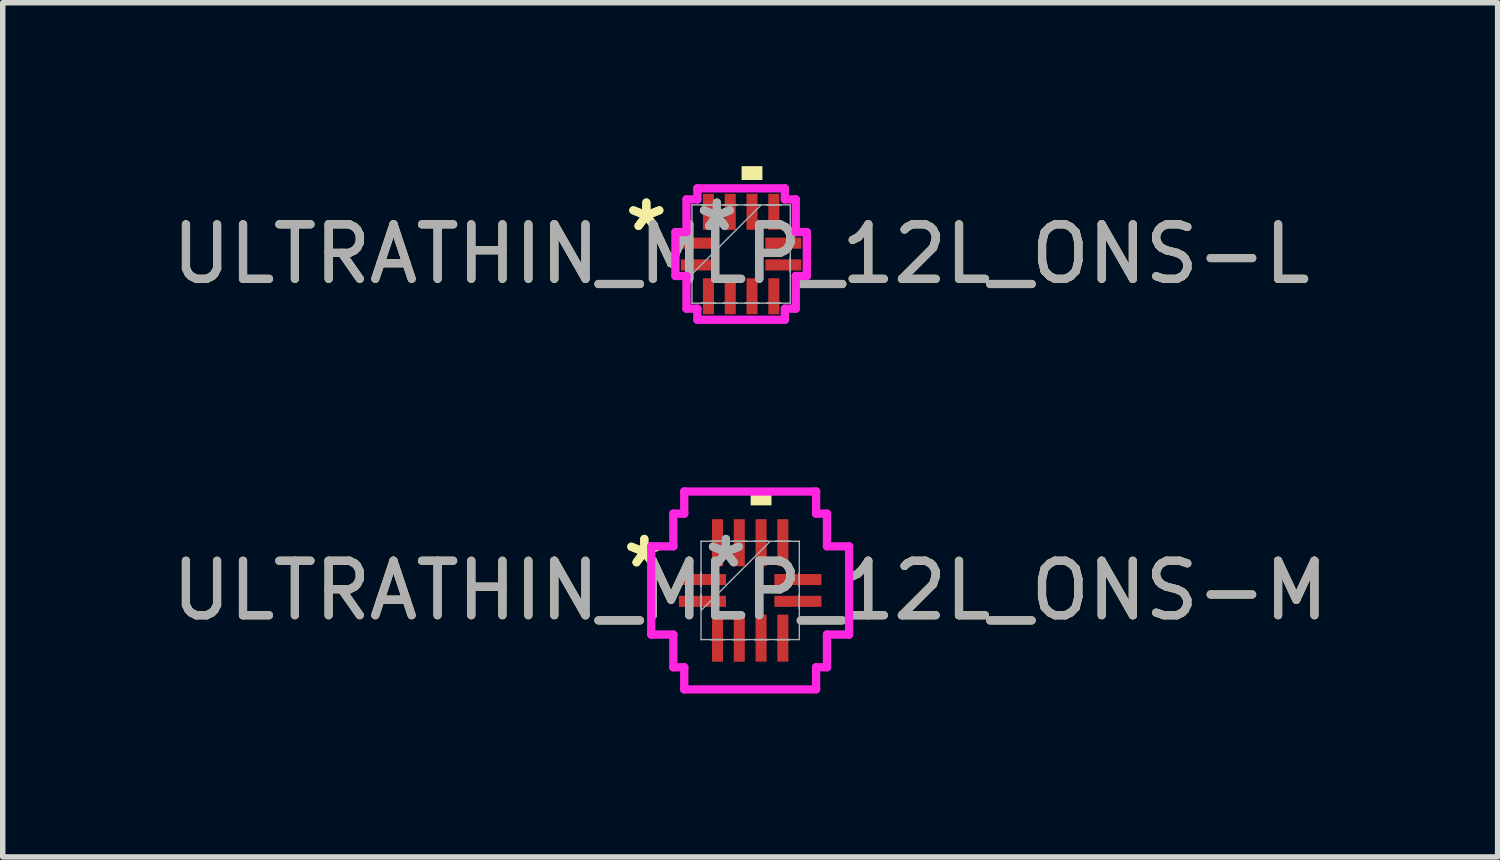
<source format=kicad_pcb>
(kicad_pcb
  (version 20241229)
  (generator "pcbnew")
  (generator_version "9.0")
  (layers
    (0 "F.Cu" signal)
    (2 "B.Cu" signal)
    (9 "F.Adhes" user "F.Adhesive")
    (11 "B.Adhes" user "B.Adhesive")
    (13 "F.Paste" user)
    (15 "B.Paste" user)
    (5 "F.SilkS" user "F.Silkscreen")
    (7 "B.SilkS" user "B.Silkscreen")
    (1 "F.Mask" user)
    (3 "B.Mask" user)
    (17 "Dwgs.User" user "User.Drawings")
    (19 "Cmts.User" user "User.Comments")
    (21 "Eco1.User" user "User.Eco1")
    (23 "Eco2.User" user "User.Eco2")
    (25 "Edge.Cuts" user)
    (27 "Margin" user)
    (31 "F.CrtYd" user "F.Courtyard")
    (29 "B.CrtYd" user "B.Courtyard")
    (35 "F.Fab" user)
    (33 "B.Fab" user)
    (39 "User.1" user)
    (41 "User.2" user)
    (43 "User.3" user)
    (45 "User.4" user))
  (footprint "ULTRATHIN_MLP_12L_ONS-L"
    (layer "F.Cu")
    (at 10.554 1.613)
    (property "Reference" "ULTRATHIN_MLP_12L_ONS-L" (at 0 0 0) (unlocked yes) (layer "F.SilkS") (effects (font (size 1 1) (thickness 0.15))))
    (attr smd)
    (fp_poly (pts (xy 0.009 -1.359) (xy 0.009 -1.613) (xy 0.391 -1.613) (xy 0.391 -1.359)) (stroke (width 0) (type solid)) (fill yes) (layer "F.SilkS"))
    (fp_line (start -1.206 -0.403) (end -1.003 -0.403) (stroke (width 0.152) (type solid)) (layer "F.CrtYd"))
    (fp_line (start -1.206 0.403) (end -1.206 -0.403) (stroke (width 0.152) (type solid)) (layer "F.CrtYd"))
    (fp_line (start -1.003 -1.003) (end -0.803 -1.003) (stroke (width 0.152) (type solid)) (layer "F.CrtYd"))
    (fp_line (start -1.003 -0.403) (end -1.003 -1.003) (stroke (width 0.152) (type solid)) (layer "F.CrtYd"))
    (fp_line (start -1.003 0.403) (end -1.206 0.403) (stroke (width 0.152) (type solid)) (layer "F.CrtYd"))
    (fp_line (start -1.003 1.003) (end -1.003 0.403) (stroke (width 0.152) (type solid)) (layer "F.CrtYd"))
    (fp_line (start -0.803 -1.206) (end 0.803 -1.206) (stroke (width 0.152) (type solid)) (layer "F.CrtYd"))
    (fp_line (start -0.803 -1.003) (end -0.803 -1.206) (stroke (width 0.152) (type solid)) (layer "F.CrtYd"))
    (fp_line (start -0.803 1.003) (end -1.003 1.003) (stroke (width 0.152) (type solid)) (layer "F.CrtYd"))
    (fp_line (start -0.803 1.206) (end -0.803 1.003) (stroke (width 0.152) (type solid)) (layer "F.CrtYd"))
    (fp_line (start 0.803 -1.206) (end 0.803 -1.003) (stroke (width 0.152) (type solid)) (layer "F.CrtYd"))
    (fp_line (start 0.803 -1.003) (end 1.003 -1.003) (stroke (width 0.152) (type solid)) (layer "F.CrtYd"))
    (fp_line (start 0.803 1.003) (end 0.803 1.206) (stroke (width 0.152) (type solid)) (layer "F.CrtYd"))
    (fp_line (start 0.803 1.206) (end -0.803 1.206) (stroke (width 0.152) (type solid)) (layer "F.CrtYd"))
    (fp_line (start 1.003 -1.003) (end 1.003 -0.403) (stroke (width 0.152) (type solid)) (layer "F.CrtYd"))
    (fp_line (start 1.003 -0.403) (end 1.206 -0.403) (stroke (width 0.152) (type solid)) (layer "F.CrtYd"))
    (fp_line (start 1.003 0.403) (end 1.003 1.003) (stroke (width 0.152) (type solid)) (layer "F.CrtYd"))
    (fp_line (start 1.003 1.003) (end 0.803 1.003) (stroke (width 0.152) (type solid)) (layer "F.CrtYd"))
    (fp_line (start 1.206 -0.403) (end 1.206 0.403) (stroke (width 0.152) (type solid)) (layer "F.CrtYd"))
    (fp_line (start 1.206 0.403) (end 1.003 0.403) (stroke (width 0.152) (type solid)) (layer "F.CrtYd"))
    (fp_line (start -0.902 -0.902) (end -0.902 -0.902) (stroke (width 0.025) (type solid)) (layer "F.Fab"))
    (fp_line (start -0.902 -0.902) (end -0.902 0.902) (stroke (width 0.025) (type solid)) (layer "F.Fab"))
    (fp_line (start -0.902 -0.327) (end -0.902 -0.327) (stroke (width 0.025) (type solid)) (layer "F.Fab"))
    (fp_line (start -0.902 -0.327) (end -0.902 -0.073) (stroke (width 0.025) (type solid)) (layer "F.Fab"))
    (fp_line (start -0.902 -0.073) (end -0.902 -0.327) (stroke (width 0.025) (type solid)) (layer "F.Fab"))
    (fp_line (start -0.902 -0.073) (end -0.902 -0.073) (stroke (width 0.025) (type solid)) (layer "F.Fab"))
    (fp_line (start -0.902 0.073) (end -0.902 0.073) (stroke (width 0.025) (type solid)) (layer "F.Fab"))
    (fp_line (start -0.902 0.073) (end -0.902 0.327) (stroke (width 0.025) (type solid)) (layer "F.Fab"))
    (fp_line (start -0.902 0.327) (end -0.902 0.073) (stroke (width 0.025) (type solid)) (layer "F.Fab"))
    (fp_line (start -0.902 0.327) (end -0.902 0.327) (stroke (width 0.025) (type solid)) (layer "F.Fab"))
    (fp_line (start -0.902 0.368) (end 0.368 -0.902) (stroke (width 0.025) (type solid)) (layer "F.Fab"))
    (fp_line (start -0.902 0.902) (end -0.902 0.902) (stroke (width 0.025) (type solid)) (layer "F.Fab"))
    (fp_line (start -0.902 0.902) (end 0.902 0.902) (stroke (width 0.025) (type solid)) (layer "F.Fab"))
    (fp_line (start -0.727 -0.902) (end -0.727 -0.902) (stroke (width 0.025) (type solid)) (layer "F.Fab"))
    (fp_line (start -0.727 -0.902) (end -0.473 -0.902) (stroke (width 0.025) (type solid)) (layer "F.Fab"))
    (fp_line (start -0.727 0.902) (end -0.727 0.902) (stroke (width 0.025) (type solid)) (layer "F.Fab"))
    (fp_line (start -0.727 0.902) (end -0.473 0.902) (stroke (width 0.025) (type solid)) (layer "F.Fab"))
    (fp_line (start -0.473 -0.902) (end -0.727 -0.902) (stroke (width 0.025) (type solid)) (layer "F.Fab"))
    (fp_line (start -0.473 -0.902) (end -0.473 -0.902) (stroke (width 0.025) (type solid)) (layer "F.Fab"))
    (fp_line (start -0.473 0.902) (end -0.727 0.902) (stroke (width 0.025) (type solid)) (layer "F.Fab"))
    (fp_line (start -0.473 0.902) (end -0.473 0.902) (stroke (width 0.025) (type solid)) (layer "F.Fab"))
    (fp_line (start -0.327 -0.902) (end -0.327 -0.902) (stroke (width 0.025) (type solid)) (layer "F.Fab"))
    (fp_line (start -0.327 -0.902) (end -0.073 -0.902) (stroke (width 0.025) (type solid)) (layer "F.Fab"))
    (fp_line (start -0.327 0.902) (end -0.327 0.902) (stroke (width 0.025) (type solid)) (layer "F.Fab"))
    (fp_line (start -0.327 0.902) (end -0.073 0.902) (stroke (width 0.025) (type solid)) (layer "F.Fab"))
    (fp_line (start -0.073 -0.902) (end -0.327 -0.902) (stroke (width 0.025) (type solid)) (layer "F.Fab"))
    (fp_line (start -0.073 -0.902) (end -0.073 -0.902) (stroke (width 0.025) (type solid)) (layer "F.Fab"))
    (fp_line (start -0.073 0.902) (end -0.327 0.902) (stroke (width 0.025) (type solid)) (layer "F.Fab"))
    (fp_line (start -0.073 0.902) (end -0.073 0.902) (stroke (width 0.025) (type solid)) (layer "F.Fab"))
    (fp_line (start 0.073 -0.902) (end 0.073 -0.902) (stroke (width 0.025) (type solid)) (layer "F.Fab"))
    (fp_line (start 0.073 -0.902) (end 0.327 -0.902) (stroke (width 0.025) (type solid)) (layer "F.Fab"))
    (fp_line (start 0.073 0.902) (end 0.073 0.902) (stroke (width 0.025) (type solid)) (layer "F.Fab"))
    (fp_line (start 0.073 0.902) (end 0.327 0.902) (stroke (width 0.025) (type solid)) (layer "F.Fab"))
    (fp_line (start 0.327 -0.902) (end 0.073 -0.902) (stroke (width 0.025) (type solid)) (layer "F.Fab"))
    (fp_line (start 0.327 -0.902) (end 0.327 -0.902) (stroke (width 0.025) (type solid)) (layer "F.Fab"))
    (fp_line (start 0.327 0.902) (end 0.073 0.902) (stroke (width 0.025) (type solid)) (layer "F.Fab"))
    (fp_line (start 0.327 0.902) (end 0.327 0.902) (stroke (width 0.025) (type solid)) (layer "F.Fab"))
    (fp_line (start 0.473 -0.902) (end 0.473 -0.902) (stroke (width 0.025) (type solid)) (layer "F.Fab"))
    (fp_line (start 0.473 -0.902) (end 0.727 -0.902) (stroke (width 0.025) (type solid)) (layer "F.Fab"))
    (fp_line (start 0.473 0.902) (end 0.473 0.902) (stroke (width 0.025) (type solid)) (layer "F.Fab"))
    (fp_line (start 0.473 0.902) (end 0.727 0.902) (stroke (width 0.025) (type solid)) (layer "F.Fab"))
    (fp_line (start 0.727 -0.902) (end 0.473 -0.902) (stroke (width 0.025) (type solid)) (layer "F.Fab"))
    (fp_line (start 0.727 -0.902) (end 0.727 -0.902) (stroke (width 0.025) (type solid)) (layer "F.Fab"))
    (fp_line (start 0.727 0.902) (end 0.473 0.902) (stroke (width 0.025) (type solid)) (layer "F.Fab"))
    (fp_line (start 0.727 0.902) (end 0.727 0.902) (stroke (width 0.025) (type solid)) (layer "F.Fab"))
    (fp_line (start 0.902 -0.902) (end -0.902 -0.902) (stroke (width 0.025) (type solid)) (layer "F.Fab"))
    (fp_line (start 0.902 -0.902) (end 0.902 -0.902) (stroke (width 0.025) (type solid)) (layer "F.Fab"))
    (fp_line (start 0.902 -0.327) (end 0.902 -0.327) (stroke (width 0.025) (type solid)) (layer "F.Fab"))
    (fp_line (start 0.902 -0.327) (end 0.902 -0.073) (stroke (width 0.025) (type solid)) (layer "F.Fab"))
    (fp_line (start 0.902 -0.073) (end 0.902 -0.327) (stroke (width 0.025) (type solid)) (layer "F.Fab"))
    (fp_line (start 0.902 -0.073) (end 0.902 -0.073) (stroke (width 0.025) (type solid)) (layer "F.Fab"))
    (fp_line (start 0.902 0.073) (end 0.902 0.073) (stroke (width 0.025) (type solid)) (layer "F.Fab"))
    (fp_line (start 0.902 0.073) (end 0.902 0.327) (stroke (width 0.025) (type solid)) (layer "F.Fab"))
    (fp_line (start 0.902 0.327) (end 0.902 0.073) (stroke (width 0.025) (type solid)) (layer "F.Fab"))
    (fp_line (start 0.902 0.327) (end 0.902 0.327) (stroke (width 0.025) (type solid)) (layer "F.Fab"))
    (fp_line (start 0.902 0.902) (end 0.902 -0.902) (stroke (width 0.025) (type solid)) (layer "F.Fab"))
    (fp_line (start 0.902 0.902) (end 0.902 0.902) (stroke (width 0.025) (type solid)) (layer "F.Fab"))
    (fp_text user "*" (at -1.74 -0.4 0) (layer "F.SilkS") (effects (font (size 1 1) (thickness 0.15))))
    (fp_text user "*" (at -1.74 -0.4 0) (unlocked yes) (layer "F.SilkS") (effects (font (size 1 1) (thickness 0.15))))
    (fp_text user "*" (at -0.445 -0.4 0) (unlocked yes) (layer "F.Fab") (effects (font (size 1 1) (thickness 0.15))))
    (fp_text user "*" (at -0.445 -0.4 0) (layer "F.Fab") (effects (font (size 1 1) (thickness 0.15))))
    (fp_text user "${REFERENCE}" (at 0 0 0) (unlocked yes) (layer "F.Fab") (effects (font (size 1 1) (thickness 0.15))))
    (pad "1" smd rect (at -0.775 -0.2 90) (size 0.203 0.66) (layers "F.Cu" "F.Mask" "F.Paste"))
    (pad "2" smd rect (at -0.775 0.2 90) (size 0.203 0.66) (layers "F.Cu" "F.Mask" "F.Paste"))
    (pad "3" smd rect (at -0.6 0.775) (size 0.203 0.66) (layers "F.Cu" "F.Mask" "F.Paste"))
    (pad "4" smd rect (at -0.2 0.775) (size 0.203 0.66) (layers "F.Cu" "F.Mask" "F.Paste"))
    (pad "5" smd rect (at 0.2 0.775) (size 0.203 0.66) (layers "F.Cu" "F.Mask" "F.Paste"))
    (pad "6" smd rect (at 0.6 0.775) (size 0.203 0.66) (layers "F.Cu" "F.Mask" "F.Paste"))
    (pad "7" smd rect (at 0.775 0.2 90) (size 0.203 0.66) (layers "F.Cu" "F.Mask" "F.Paste"))
    (pad "8" smd rect (at 0.775 -0.2 90) (size 0.203 0.66) (layers "F.Cu" "F.Mask" "F.Paste"))
    (pad "9" smd rect (at 0.6 -0.775) (size 0.203 0.66) (layers "F.Cu" "F.Mask" "F.Paste"))
    (pad "10" smd rect (at 0.2 -0.775) (size 0.203 0.66) (layers "F.Cu" "F.Mask" "F.Paste"))
    (pad "11" smd rect (at -0.2 -0.775) (size 0.203 0.66) (layers "F.Cu" "F.Mask" "F.Paste"))
    (pad "12" smd rect (at -0.6 -0.775) (size 0.203 0.66) (layers "F.Cu" "F.Mask" "F.Paste")))
  (footprint "ULTRATHIN_MLP_12L_ONS-M"
    (layer "F.Cu")
    (at 10.72 7.788)
    (property "Reference" "ULTRATHIN_MLP_12L_ONS-M" (at 0 0 0) (unlocked yes) (layer "F.SilkS") (effects (font (size 1 1) (thickness 0.15))))
    (attr smd)
    (fp_poly (pts (xy 0.009 -1.562) (xy 0.009 -1.816) (xy 0.391 -1.816) (xy 0.391 -1.562)) (stroke (width 0) (type solid)) (fill yes) (layer "F.SilkS"))
    (fp_line (start -1.816 -0.81) (end -1.41 -0.81) (stroke (width 0.152) (type solid)) (layer "F.CrtYd"))
    (fp_line (start -1.816 0.81) (end -1.816 -0.81) (stroke (width 0.152) (type solid)) (layer "F.CrtYd"))
    (fp_line (start -1.41 -1.41) (end -1.21 -1.41) (stroke (width 0.152) (type solid)) (layer "F.CrtYd"))
    (fp_line (start -1.41 -0.81) (end -1.41 -1.41) (stroke (width 0.152) (type solid)) (layer "F.CrtYd"))
    (fp_line (start -1.41 0.81) (end -1.816 0.81) (stroke (width 0.152) (type solid)) (layer "F.CrtYd"))
    (fp_line (start -1.41 1.41) (end -1.41 0.81) (stroke (width 0.152) (type solid)) (layer "F.CrtYd"))
    (fp_line (start -1.21 -1.816) (end 1.21 -1.816) (stroke (width 0.152) (type solid)) (layer "F.CrtYd"))
    (fp_line (start -1.21 -1.41) (end -1.21 -1.816) (stroke (width 0.152) (type solid)) (layer "F.CrtYd"))
    (fp_line (start -1.21 1.41) (end -1.41 1.41) (stroke (width 0.152) (type solid)) (layer "F.CrtYd"))
    (fp_line (start -1.21 1.816) (end -1.21 1.41) (stroke (width 0.152) (type solid)) (layer "F.CrtYd"))
    (fp_line (start 1.21 -1.816) (end 1.21 -1.41) (stroke (width 0.152) (type solid)) (layer "F.CrtYd"))
    (fp_line (start 1.21 -1.41) (end 1.41 -1.41) (stroke (width 0.152) (type solid)) (layer "F.CrtYd"))
    (fp_line (start 1.21 1.41) (end 1.21 1.816) (stroke (width 0.152) (type solid)) (layer "F.CrtYd"))
    (fp_line (start 1.21 1.816) (end -1.21 1.816) (stroke (width 0.152) (type solid)) (layer "F.CrtYd"))
    (fp_line (start 1.41 -1.41) (end 1.41 -0.81) (stroke (width 0.152) (type solid)) (layer "F.CrtYd"))
    (fp_line (start 1.41 -0.81) (end 1.816 -0.81) (stroke (width 0.152) (type solid)) (layer "F.CrtYd"))
    (fp_line (start 1.41 0.81) (end 1.41 1.41) (stroke (width 0.152) (type solid)) (layer "F.CrtYd"))
    (fp_line (start 1.41 1.41) (end 1.21 1.41) (stroke (width 0.152) (type solid)) (layer "F.CrtYd"))
    (fp_line (start 1.816 -0.81) (end 1.816 0.81) (stroke (width 0.152) (type solid)) (layer "F.CrtYd"))
    (fp_line (start 1.816 0.81) (end 1.41 0.81) (stroke (width 0.152) (type solid)) (layer "F.CrtYd"))
    (fp_line (start -0.902 -0.902) (end -0.902 -0.902) (stroke (width 0.025) (type solid)) (layer "F.Fab"))
    (fp_line (start -0.902 -0.902) (end -0.902 0.902) (stroke (width 0.025) (type solid)) (layer "F.Fab"))
    (fp_line (start -0.902 -0.327) (end -0.902 -0.327) (stroke (width 0.025) (type solid)) (layer "F.Fab"))
    (fp_line (start -0.902 -0.327) (end -0.902 -0.073) (stroke (width 0.025) (type solid)) (layer "F.Fab"))
    (fp_line (start -0.902 -0.073) (end -0.902 -0.327) (stroke (width 0.025) (type solid)) (layer "F.Fab"))
    (fp_line (start -0.902 -0.073) (end -0.902 -0.073) (stroke (width 0.025) (type solid)) (layer "F.Fab"))
    (fp_line (start -0.902 0.073) (end -0.902 0.073) (stroke (width 0.025) (type solid)) (layer "F.Fab"))
    (fp_line (start -0.902 0.073) (end -0.902 0.327) (stroke (width 0.025) (type solid)) (layer "F.Fab"))
    (fp_line (start -0.902 0.327) (end -0.902 0.073) (stroke (width 0.025) (type solid)) (layer "F.Fab"))
    (fp_line (start -0.902 0.327) (end -0.902 0.327) (stroke (width 0.025) (type solid)) (layer "F.Fab"))
    (fp_line (start -0.902 0.368) (end 0.368 -0.902) (stroke (width 0.025) (type solid)) (layer "F.Fab"))
    (fp_line (start -0.902 0.902) (end -0.902 0.902) (stroke (width 0.025) (type solid)) (layer "F.Fab"))
    (fp_line (start -0.902 0.902) (end 0.902 0.902) (stroke (width 0.025) (type solid)) (layer "F.Fab"))
    (fp_line (start -0.727 -0.902) (end -0.727 -0.902) (stroke (width 0.025) (type solid)) (layer "F.Fab"))
    (fp_line (start -0.727 -0.902) (end -0.473 -0.902) (stroke (width 0.025) (type solid)) (layer "F.Fab"))
    (fp_line (start -0.727 0.902) (end -0.727 0.902) (stroke (width 0.025) (type solid)) (layer "F.Fab"))
    (fp_line (start -0.727 0.902) (end -0.473 0.902) (stroke (width 0.025) (type solid)) (layer "F.Fab"))
    (fp_line (start -0.473 -0.902) (end -0.727 -0.902) (stroke (width 0.025) (type solid)) (layer "F.Fab"))
    (fp_line (start -0.473 -0.902) (end -0.473 -0.902) (stroke (width 0.025) (type solid)) (layer "F.Fab"))
    (fp_line (start -0.473 0.902) (end -0.727 0.902) (stroke (width 0.025) (type solid)) (layer "F.Fab"))
    (fp_line (start -0.473 0.902) (end -0.473 0.902) (stroke (width 0.025) (type solid)) (layer "F.Fab"))
    (fp_line (start -0.327 -0.902) (end -0.327 -0.902) (stroke (width 0.025) (type solid)) (layer "F.Fab"))
    (fp_line (start -0.327 -0.902) (end -0.073 -0.902) (stroke (width 0.025) (type solid)) (layer "F.Fab"))
    (fp_line (start -0.327 0.902) (end -0.327 0.902) (stroke (width 0.025) (type solid)) (layer "F.Fab"))
    (fp_line (start -0.327 0.902) (end -0.073 0.902) (stroke (width 0.025) (type solid)) (layer "F.Fab"))
    (fp_line (start -0.073 -0.902) (end -0.327 -0.902) (stroke (width 0.025) (type solid)) (layer "F.Fab"))
    (fp_line (start -0.073 -0.902) (end -0.073 -0.902) (stroke (width 0.025) (type solid)) (layer "F.Fab"))
    (fp_line (start -0.073 0.902) (end -0.327 0.902) (stroke (width 0.025) (type solid)) (layer "F.Fab"))
    (fp_line (start -0.073 0.902) (end -0.073 0.902) (stroke (width 0.025) (type solid)) (layer "F.Fab"))
    (fp_line (start 0.073 -0.902) (end 0.073 -0.902) (stroke (width 0.025) (type solid)) (layer "F.Fab"))
    (fp_line (start 0.073 -0.902) (end 0.327 -0.902) (stroke (width 0.025) (type solid)) (layer "F.Fab"))
    (fp_line (start 0.073 0.902) (end 0.073 0.902) (stroke (width 0.025) (type solid)) (layer "F.Fab"))
    (fp_line (start 0.073 0.902) (end 0.327 0.902) (stroke (width 0.025) (type solid)) (layer "F.Fab"))
    (fp_line (start 0.327 -0.902) (end 0.073 -0.902) (stroke (width 0.025) (type solid)) (layer "F.Fab"))
    (fp_line (start 0.327 -0.902) (end 0.327 -0.902) (stroke (width 0.025) (type solid)) (layer "F.Fab"))
    (fp_line (start 0.327 0.902) (end 0.073 0.902) (stroke (width 0.025) (type solid)) (layer "F.Fab"))
    (fp_line (start 0.327 0.902) (end 0.327 0.902) (stroke (width 0.025) (type solid)) (layer "F.Fab"))
    (fp_line (start 0.473 -0.902) (end 0.473 -0.902) (stroke (width 0.025) (type solid)) (layer "F.Fab"))
    (fp_line (start 0.473 -0.902) (end 0.727 -0.902) (stroke (width 0.025) (type solid)) (layer "F.Fab"))
    (fp_line (start 0.473 0.902) (end 0.473 0.902) (stroke (width 0.025) (type solid)) (layer "F.Fab"))
    (fp_line (start 0.473 0.902) (end 0.727 0.902) (stroke (width 0.025) (type solid)) (layer "F.Fab"))
    (fp_line (start 0.727 -0.902) (end 0.473 -0.902) (stroke (width 0.025) (type solid)) (layer "F.Fab"))
    (fp_line (start 0.727 -0.902) (end 0.727 -0.902) (stroke (width 0.025) (type solid)) (layer "F.Fab"))
    (fp_line (start 0.727 0.902) (end 0.473 0.902) (stroke (width 0.025) (type solid)) (layer "F.Fab"))
    (fp_line (start 0.727 0.902) (end 0.727 0.902) (stroke (width 0.025) (type solid)) (layer "F.Fab"))
    (fp_line (start 0.902 -0.902) (end -0.902 -0.902) (stroke (width 0.025) (type solid)) (layer "F.Fab"))
    (fp_line (start 0.902 -0.902) (end 0.902 -0.902) (stroke (width 0.025) (type solid)) (layer "F.Fab"))
    (fp_line (start 0.902 -0.327) (end 0.902 -0.327) (stroke (width 0.025) (type solid)) (layer "F.Fab"))
    (fp_line (start 0.902 -0.327) (end 0.902 -0.073) (stroke (width 0.025) (type solid)) (layer "F.Fab"))
    (fp_line (start 0.902 -0.073) (end 0.902 -0.327) (stroke (width 0.025) (type solid)) (layer "F.Fab"))
    (fp_line (start 0.902 -0.073) (end 0.902 -0.073) (stroke (width 0.025) (type solid)) (layer "F.Fab"))
    (fp_line (start 0.902 0.073) (end 0.902 0.073) (stroke (width 0.025) (type solid)) (layer "F.Fab"))
    (fp_line (start 0.902 0.073) (end 0.902 0.327) (stroke (width 0.025) (type solid)) (layer "F.Fab"))
    (fp_line (start 0.902 0.327) (end 0.902 0.073) (stroke (width 0.025) (type solid)) (layer "F.Fab"))
    (fp_line (start 0.902 0.327) (end 0.902 0.327) (stroke (width 0.025) (type solid)) (layer "F.Fab"))
    (fp_line (start 0.902 0.902) (end 0.902 -0.902) (stroke (width 0.025) (type solid)) (layer "F.Fab"))
    (fp_line (start 0.902 0.902) (end 0.902 0.902) (stroke (width 0.025) (type solid)) (layer "F.Fab"))
    (fp_text user "*" (at -1.943 -0.4 0) (layer "F.SilkS") (effects (font (size 1 1) (thickness 0.15))))
    (fp_text user "*" (at -1.943 -0.4 0) (unlocked yes) (layer "F.SilkS") (effects (font (size 1 1) (thickness 0.15))))
    (fp_text user "${REFERENCE}" (at 0 0 0) (unlocked yes) (layer "F.Fab") (effects (font (size 1 1) (thickness 0.15))))
    (fp_text user "*" (at -0.445 -0.4 0) (layer "F.Fab") (effects (font (size 1 1) (thickness 0.15))))
    (fp_text user "*" (at -0.445 -0.4 0) (unlocked yes) (layer "F.Fab") (effects (font (size 1 1) (thickness 0.15))))
    (pad "1" smd rect (at -0.876 -0.2 90) (size 0.203 0.864) (layers "F.Cu" "F.Mask" "F.Paste"))
    (pad "2" smd rect (at -0.876 0.2 90) (size 0.203 0.864) (layers "F.Cu" "F.Mask" "F.Paste"))
    (pad "3" smd rect (at -0.6 0.876) (size 0.203 0.864) (layers "F.Cu" "F.Mask" "F.Paste"))
    (pad "4" smd rect (at -0.2 0.876) (size 0.203 0.864) (layers "F.Cu" "F.Mask" "F.Paste"))
    (pad "5" smd rect (at 0.2 0.876) (size 0.203 0.864) (layers "F.Cu" "F.Mask" "F.Paste"))
    (pad "6" smd rect (at 0.6 0.876) (size 0.203 0.864) (layers "F.Cu" "F.Mask" "F.Paste"))
    (pad "7" smd rect (at 0.876 0.2 90) (size 0.203 0.864) (layers "F.Cu" "F.Mask" "F.Paste"))
    (pad "8" smd rect (at 0.876 -0.2 90) (size 0.203 0.864) (layers "F.Cu" "F.Mask" "F.Paste"))
    (pad "9" smd rect (at 0.6 -0.876) (size 0.203 0.864) (layers "F.Cu" "F.Mask" "F.Paste"))
    (pad "10" smd rect (at 0.2 -0.876) (size 0.203 0.864) (layers "F.Cu" "F.Mask" "F.Paste"))
    (pad "11" smd rect (at -0.2 -0.876) (size 0.203 0.864) (layers "F.Cu" "F.Mask" "F.Paste"))
    (pad "12" smd rect (at -0.6 -0.876) (size 0.203 0.864) (layers "F.Cu" "F.Mask" "F.Paste")))
  (gr_rect
    (start -3 -3)
    (end 24.44 12.68)
    (stroke (width 0.1) (type default))
    (fill no)
    (layer "Edge.Cuts")))
</source>
